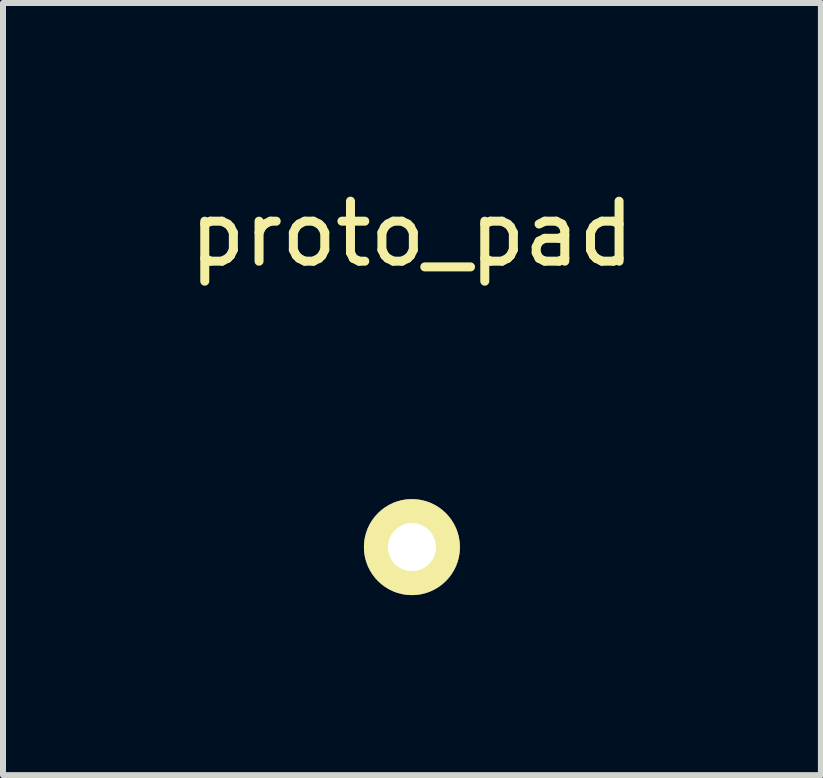
<source format=kicad_pcb>
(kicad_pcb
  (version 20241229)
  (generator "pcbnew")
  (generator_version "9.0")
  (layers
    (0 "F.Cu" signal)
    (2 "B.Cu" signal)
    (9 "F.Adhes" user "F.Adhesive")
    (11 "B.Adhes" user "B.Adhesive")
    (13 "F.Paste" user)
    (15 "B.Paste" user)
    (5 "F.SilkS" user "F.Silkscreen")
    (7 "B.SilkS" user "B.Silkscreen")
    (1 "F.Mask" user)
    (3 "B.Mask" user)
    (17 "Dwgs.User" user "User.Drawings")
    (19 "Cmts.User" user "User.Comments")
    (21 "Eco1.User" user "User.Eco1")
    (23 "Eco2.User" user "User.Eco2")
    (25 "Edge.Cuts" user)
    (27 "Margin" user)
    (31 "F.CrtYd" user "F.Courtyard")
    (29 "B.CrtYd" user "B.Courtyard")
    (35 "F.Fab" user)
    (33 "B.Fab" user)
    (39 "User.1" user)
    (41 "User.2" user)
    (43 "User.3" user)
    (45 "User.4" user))
  (footprint "proto_pad"
    (layer "F.Cu")
    (at 3.815 6.068)
    (property "Reference" "proto_pad" (at 0 -5.22 0) (layer "F.SilkS") (effects (font (size 1 1) (thickness 0.15))))
    (attr through_hole)
    (pad "1" thru_hole oval (at 0 0) (size 1.6 1.6) (drill 0.8) (layers "*.Cu" "*.Mask" "F.SilkS")))
  (gr_rect
    (start -3 -3)
    (end 10.631 9.868)
    (stroke (width 0.1) (type default))
    (fill no)
    (layer "Edge.Cuts")))
</source>
